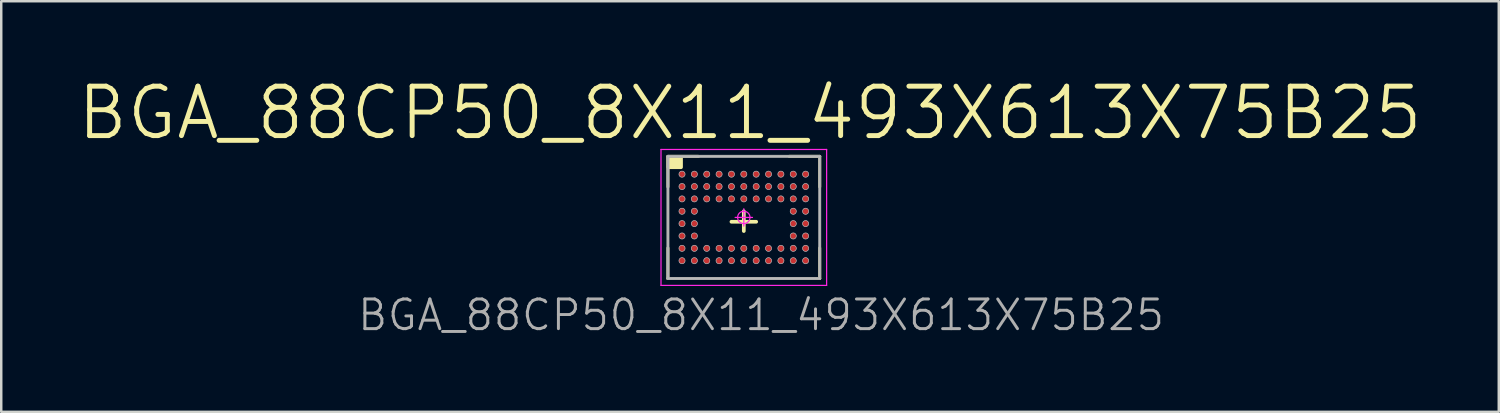
<source format=kicad_pcb>
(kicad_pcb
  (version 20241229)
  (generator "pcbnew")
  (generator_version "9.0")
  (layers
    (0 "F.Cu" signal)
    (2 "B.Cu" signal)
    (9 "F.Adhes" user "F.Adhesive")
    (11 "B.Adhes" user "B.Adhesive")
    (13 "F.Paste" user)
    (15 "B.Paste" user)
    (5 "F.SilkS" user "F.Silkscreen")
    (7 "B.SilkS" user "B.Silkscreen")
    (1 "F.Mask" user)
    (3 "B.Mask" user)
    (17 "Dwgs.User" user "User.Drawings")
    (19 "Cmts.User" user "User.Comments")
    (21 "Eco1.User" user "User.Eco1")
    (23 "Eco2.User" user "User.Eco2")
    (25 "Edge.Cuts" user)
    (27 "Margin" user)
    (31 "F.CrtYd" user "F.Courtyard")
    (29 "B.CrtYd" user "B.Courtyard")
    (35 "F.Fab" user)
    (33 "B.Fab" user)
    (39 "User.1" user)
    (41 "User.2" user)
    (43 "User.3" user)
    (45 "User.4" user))
  (footprint "BGA_88CP50_8X11_493X613X75B25"
    (layer "F.Cu")
    (at 27.04 5.746)
    (property "Reference" "BGA_88CP50_8X11_493X613X75B25" (at 0.7 3.95 0) (layer "F.Fab") (effects (font (size 1.2 1.2) (thickness 0.12))))
    (attr smd)
    (fp_line (start -3.07 -2.47) (end -1.835 -2.47) (stroke (width 0.12) (type solid)) (layer "F.SilkS"))
    (fp_line (start -3.07 -1.235) (end -3.07 -2.47) (stroke (width 0.12) (type solid)) (layer "F.SilkS"))
    (fp_line (start -3.07 1.235) (end -3.07 2.47) (stroke (width 0.12) (type solid)) (layer "F.SilkS"))
    (fp_line (start -3.07 2.47) (end -1.835 2.47) (stroke (width 0.12) (type solid)) (layer "F.SilkS"))
    (fp_line (start -0.5 0.175) (end 0.5 0.175) (stroke (width 0.15) (type solid)) (layer "F.SilkS"))
    (fp_line (start 0 -0.25) (end 0 0.55) (stroke (width 0.15) (type solid)) (layer "F.SilkS"))
    (fp_line (start 3.07 -2.47) (end 1.835 -2.47) (stroke (width 0.12) (type solid)) (layer "F.SilkS"))
    (fp_line (start 3.07 -1.235) (end 3.07 -2.47) (stroke (width 0.12) (type solid)) (layer "F.SilkS"))
    (fp_line (start 3.07 1.235) (end 3.07 2.47) (stroke (width 0.12) (type solid)) (layer "F.SilkS"))
    (fp_line (start 3.07 2.47) (end 1.835 2.47) (stroke (width 0.12) (type solid)) (layer "F.SilkS"))
    (fp_poly (pts (xy -3.048 -2.413) (xy -2.54 -2.413) (xy -2.54 -2.032) (xy -3.048 -2.032)) (stroke (width 0.15) (type solid)) (fill yes) (layer "F.SilkS"))
    (fp_line (start -3.065 -2.465) (end 3.065 -2.465) (stroke (width 0.025) (type solid)) (layer "Dwgs.User"))
    (fp_line (start -3.065 2.465) (end -3.065 -2.465) (stroke (width 0.025) (type solid)) (layer "Dwgs.User"))
    (fp_line (start 3.065 -2.465) (end 3.065 2.465) (stroke (width 0.025) (type solid)) (layer "Dwgs.User"))
    (fp_line (start 3.065 2.465) (end -3.065 2.465) (stroke (width 0.025) (type solid)) (layer "Dwgs.User"))
    (fp_circle (center -2.5 -1.75) (end -2.5 -1.625) (stroke (width 0.025) (type solid)) (fill no) (layer "Dwgs.User"))
    (fp_circle (center -2.5 -1.25) (end -2.5 -1.125) (stroke (width 0.025) (type solid)) (fill no) (layer "Dwgs.User"))
    (fp_circle (center -2.5 -0.75) (end -2.5 -0.625) (stroke (width 0.025) (type solid)) (fill no) (layer "Dwgs.User"))
    (fp_circle (center -2.5 -0.25) (end -2.5 -0.125) (stroke (width 0.025) (type solid)) (fill no) (layer "Dwgs.User"))
    (fp_circle (center -2.5 0.25) (end -2.5 0.375) (stroke (width 0.025) (type solid)) (fill no) (layer "Dwgs.User"))
    (fp_circle (center -2.5 0.75) (end -2.5 0.875) (stroke (width 0.025) (type solid)) (fill no) (layer "Dwgs.User"))
    (fp_circle (center -2.5 1.25) (end -2.5 1.375) (stroke (width 0.025) (type solid)) (fill no) (layer "Dwgs.User"))
    (fp_circle (center -2.5 1.75) (end -2.5 1.875) (stroke (width 0.025) (type solid)) (fill no) (layer "Dwgs.User"))
    (fp_circle (center -2 -1.75) (end -2 -1.625) (stroke (width 0.025) (type solid)) (fill no) (layer "Dwgs.User"))
    (fp_circle (center -2 -1.25) (end -2 -1.125) (stroke (width 0.025) (type solid)) (fill no) (layer "Dwgs.User"))
    (fp_circle (center -2 -0.75) (end -2 -0.625) (stroke (width 0.025) (type solid)) (fill no) (layer "Dwgs.User"))
    (fp_circle (center -2 -0.25) (end -2 -0.125) (stroke (width 0.025) (type solid)) (fill no) (layer "Dwgs.User"))
    (fp_circle (center -2 0.25) (end -2 0.375) (stroke (width 0.025) (type solid)) (fill no) (layer "Dwgs.User"))
    (fp_circle (center -2 0.75) (end -2 0.875) (stroke (width 0.025) (type solid)) (fill no) (layer "Dwgs.User"))
    (fp_circle (center -2 1.25) (end -2 1.375) (stroke (width 0.025) (type solid)) (fill no) (layer "Dwgs.User"))
    (fp_circle (center -2 1.75) (end -2 1.875) (stroke (width 0.025) (type solid)) (fill no) (layer "Dwgs.User"))
    (fp_circle (center -1.5 -1.75) (end -1.5 -1.625) (stroke (width 0.025) (type solid)) (fill no) (layer "Dwgs.User"))
    (fp_circle (center -1.5 -1.25) (end -1.5 -1.125) (stroke (width 0.025) (type solid)) (fill no) (layer "Dwgs.User"))
    (fp_circle (center -1.5 -0.75) (end -1.5 -0.625) (stroke (width 0.025) (type solid)) (fill no) (layer "Dwgs.User"))
    (fp_circle (center -1.5 1.25) (end -1.5 1.375) (stroke (width 0.025) (type solid)) (fill no) (layer "Dwgs.User"))
    (fp_circle (center -1.5 1.75) (end -1.5 1.875) (stroke (width 0.025) (type solid)) (fill no) (layer "Dwgs.User"))
    (fp_circle (center -1 -1.75) (end -1 -1.625) (stroke (width 0.025) (type solid)) (fill no) (layer "Dwgs.User"))
    (fp_circle (center -1 -1.25) (end -1 -1.125) (stroke (width 0.025) (type solid)) (fill no) (layer "Dwgs.User"))
    (fp_circle (center -1 -0.75) (end -1 -0.625) (stroke (width 0.025) (type solid)) (fill no) (layer "Dwgs.User"))
    (fp_circle (center -1 1.25) (end -1 1.375) (stroke (width 0.025) (type solid)) (fill no) (layer "Dwgs.User"))
    (fp_circle (center -1 1.75) (end -1 1.875) (stroke (width 0.025) (type solid)) (fill no) (layer "Dwgs.User"))
    (fp_circle (center -0.5 -1.75) (end -0.5 -1.625) (stroke (width 0.025) (type solid)) (fill no) (layer "Dwgs.User"))
    (fp_circle (center -0.5 -1.25) (end -0.5 -1.125) (stroke (width 0.025) (type solid)) (fill no) (layer "Dwgs.User"))
    (fp_circle (center -0.5 -0.75) (end -0.5 -0.625) (stroke (width 0.025) (type solid)) (fill no) (layer "Dwgs.User"))
    (fp_circle (center -0.5 1.25) (end -0.5 1.375) (stroke (width 0.025) (type solid)) (fill no) (layer "Dwgs.User"))
    (fp_circle (center -0.5 1.75) (end -0.5 1.875) (stroke (width 0.025) (type solid)) (fill no) (layer "Dwgs.User"))
    (fp_circle (center 0 -1.75) (end 0 -1.625) (stroke (width 0.025) (type solid)) (fill no) (layer "Dwgs.User"))
    (fp_circle (center 0 -1.25) (end 0 -1.125) (stroke (width 0.025) (type solid)) (fill no) (layer "Dwgs.User"))
    (fp_circle (center 0 -0.75) (end 0 -0.625) (stroke (width 0.025) (type solid)) (fill no) (layer "Dwgs.User"))
    (fp_circle (center 0 1.25) (end 0 1.375) (stroke (width 0.025) (type solid)) (fill no) (layer "Dwgs.User"))
    (fp_circle (center 0 1.75) (end 0 1.875) (stroke (width 0.025) (type solid)) (fill no) (layer "Dwgs.User"))
    (fp_circle (center 0.5 -1.75) (end 0.5 -1.625) (stroke (width 0.025) (type solid)) (fill no) (layer "Dwgs.User"))
    (fp_circle (center 0.5 -1.25) (end 0.5 -1.125) (stroke (width 0.025) (type solid)) (fill no) (layer "Dwgs.User"))
    (fp_circle (center 0.5 -0.75) (end 0.5 -0.625) (stroke (width 0.025) (type solid)) (fill no) (layer "Dwgs.User"))
    (fp_circle (center 0.5 1.25) (end 0.5 1.375) (stroke (width 0.025) (type solid)) (fill no) (layer "Dwgs.User"))
    (fp_circle (center 0.5 1.75) (end 0.5 1.875) (stroke (width 0.025) (type solid)) (fill no) (layer "Dwgs.User"))
    (fp_circle (center 1 -1.75) (end 1 -1.625) (stroke (width 0.025) (type solid)) (fill no) (layer "Dwgs.User"))
    (fp_circle (center 1 -1.25) (end 1 -1.125) (stroke (width 0.025) (type solid)) (fill no) (layer "Dwgs.User"))
    (fp_circle (center 1 -0.75) (end 1 -0.625) (stroke (width 0.025) (type solid)) (fill no) (layer "Dwgs.User"))
    (fp_circle (center 1 1.25) (end 1 1.375) (stroke (width 0.025) (type solid)) (fill no) (layer "Dwgs.User"))
    (fp_circle (center 1 1.75) (end 1 1.875) (stroke (width 0.025) (type solid)) (fill no) (layer "Dwgs.User"))
    (fp_circle (center 1.5 -1.75) (end 1.5 -1.625) (stroke (width 0.025) (type solid)) (fill no) (layer "Dwgs.User"))
    (fp_circle (center 1.5 -1.25) (end 1.5 -1.125) (stroke (width 0.025) (type solid)) (fill no) (layer "Dwgs.User"))
    (fp_circle (center 1.5 -0.75) (end 1.5 -0.625) (stroke (width 0.025) (type solid)) (fill no) (layer "Dwgs.User"))
    (fp_circle (center 1.5 1.25) (end 1.5 1.375) (stroke (width 0.025) (type solid)) (fill no) (layer "Dwgs.User"))
    (fp_circle (center 1.5 1.75) (end 1.5 1.875) (stroke (width 0.025) (type solid)) (fill no) (layer "Dwgs.User"))
    (fp_circle (center 2 -1.75) (end 2 -1.625) (stroke (width 0.025) (type solid)) (fill no) (layer "Dwgs.User"))
    (fp_circle (center 2 -1.25) (end 2 -1.125) (stroke (width 0.025) (type solid)) (fill no) (layer "Dwgs.User"))
    (fp_circle (center 2 -0.75) (end 2 -0.625) (stroke (width 0.025) (type solid)) (fill no) (layer "Dwgs.User"))
    (fp_circle (center 2 -0.25) (end 2 -0.125) (stroke (width 0.025) (type solid)) (fill no) (layer "Dwgs.User"))
    (fp_circle (center 2 0.25) (end 2 0.375) (stroke (width 0.025) (type solid)) (fill no) (layer "Dwgs.User"))
    (fp_circle (center 2 0.75) (end 2 0.875) (stroke (width 0.025) (type solid)) (fill no) (layer "Dwgs.User"))
    (fp_circle (center 2 1.25) (end 2 1.375) (stroke (width 0.025) (type solid)) (fill no) (layer "Dwgs.User"))
    (fp_circle (center 2 1.75) (end 2 1.875) (stroke (width 0.025) (type solid)) (fill no) (layer "Dwgs.User"))
    (fp_circle (center 2.5 -1.75) (end 2.5 -1.625) (stroke (width 0.025) (type solid)) (fill no) (layer "Dwgs.User"))
    (fp_circle (center 2.5 -1.25) (end 2.5 -1.125) (stroke (width 0.025) (type solid)) (fill no) (layer "Dwgs.User"))
    (fp_circle (center 2.5 -0.75) (end 2.5 -0.625) (stroke (width 0.025) (type solid)) (fill no) (layer "Dwgs.User"))
    (fp_circle (center 2.5 -0.25) (end 2.5 -0.125) (stroke (width 0.025) (type solid)) (fill no) (layer "Dwgs.User"))
    (fp_circle (center 2.5 0.25) (end 2.5 0.375) (stroke (width 0.025) (type solid)) (fill no) (layer "Dwgs.User"))
    (fp_circle (center 2.5 0.75) (end 2.5 0.875) (stroke (width 0.025) (type solid)) (fill no) (layer "Dwgs.User"))
    (fp_circle (center 2.5 1.25) (end 2.5 1.375) (stroke (width 0.025) (type solid)) (fill no) (layer "Dwgs.User"))
    (fp_circle (center 2.5 1.75) (end 2.5 1.875) (stroke (width 0.025) (type solid)) (fill no) (layer "Dwgs.User"))
    (fp_line (start -3.35 -2.75) (end 3.35 -2.75) (stroke (width 0.05) (type solid)) (layer "F.CrtYd"))
    (fp_line (start -3.35 2.75) (end -3.35 -2.75) (stroke (width 0.05) (type solid)) (layer "F.CrtYd"))
    (fp_line (start 0 -0.35) (end 0 0.35) (stroke (width 0.05) (type solid)) (layer "F.CrtYd"))
    (fp_line (start 0.35 0) (end -0.35 0) (stroke (width 0.05) (type solid)) (layer "F.CrtYd"))
    (fp_line (start 3.35 -2.75) (end 3.35 2.75) (stroke (width 0.05) (type solid)) (layer "F.CrtYd"))
    (fp_line (start 3.35 2.75) (end -3.35 2.75) (stroke (width 0.05) (type solid)) (layer "F.CrtYd"))
    (fp_circle (center 0 0) (end 0 0.25) (stroke (width 0.05) (type solid)) (fill no) (layer "F.CrtYd"))
    (fp_line (start -3.07 -2.47) (end 3.07 -2.47) (stroke (width 0.12) (type solid)) (layer "F.Fab"))
    (fp_line (start -3.07 2.47) (end -3.07 -2.47) (stroke (width 0.12) (type solid)) (layer "F.Fab"))
    (fp_line (start 3.07 -2.47) (end 3.07 2.47) (stroke (width 0.12) (type solid)) (layer "F.Fab"))
    (fp_line (start 3.07 2.47) (end -3.07 2.47) (stroke (width 0.12) (type solid)) (layer "F.Fab"))
    (fp_text user "${REFERENCE}" (at 0.25 -4.225 0) (layer "F.SilkS") (effects (font (size 2 2) (thickness 0.2))))
    (pad "A1" smd circle (at -2.5 -1.75) (size 0.25 0.25) (layers "F.Cu" "F.Mask" "F.Paste"))
    (pad "A2" smd circle (at -2.5 -1.25) (size 0.25 0.25) (layers "F.Cu" "F.Mask" "F.Paste"))
    (pad "A3" smd circle (at -2.5 -0.75) (size 0.25 0.25) (layers "F.Cu" "F.Mask" "F.Paste"))
    (pad "A4" smd circle (at -2.5 -0.25) (size 0.25 0.25) (layers "F.Cu" "F.Mask" "F.Paste"))
    (pad "A5" smd circle (at -2.5 0.25) (size 0.25 0.25) (layers "F.Cu" "F.Mask" "F.Paste"))
    (pad "A6" smd circle (at -2.5 0.75) (size 0.25 0.25) (layers "F.Cu" "F.Mask" "F.Paste"))
    (pad "A7" smd circle (at -2.5 1.25) (size 0.25 0.25) (layers "F.Cu" "F.Mask" "F.Paste"))
    (pad "A8" smd circle (at -2.5 1.75) (size 0.25 0.25) (layers "F.Cu" "F.Mask" "F.Paste"))
    (pad "B1" smd circle (at -2 -1.75) (size 0.25 0.25) (layers "F.Cu" "F.Mask" "F.Paste"))
    (pad "B2" smd circle (at -2 -1.25) (size 0.25 0.25) (layers "F.Cu" "F.Mask" "F.Paste"))
    (pad "B3" smd circle (at -2 -0.75) (size 0.25 0.25) (layers "F.Cu" "F.Mask" "F.Paste"))
    (pad "B4" smd circle (at -2 -0.25) (size 0.25 0.25) (layers "F.Cu" "F.Mask" "F.Paste"))
    (pad "B5" smd circle (at -2 0.25) (size 0.25 0.25) (layers "F.Cu" "F.Mask" "F.Paste"))
    (pad "B6" smd circle (at -2 0.75) (size 0.25 0.25) (layers "F.Cu" "F.Mask" "F.Paste"))
    (pad "B7" smd circle (at -2 1.25) (size 0.25 0.25) (layers "F.Cu" "F.Mask" "F.Paste"))
    (pad "B8" smd circle (at -2 1.75) (size 0.25 0.25) (layers "F.Cu" "F.Mask" "F.Paste"))
    (pad "C1" smd circle (at -1.5 -1.75) (size 0.25 0.25) (layers "F.Cu" "F.Mask" "F.Paste"))
    (pad "C2" smd circle (at -1.5 -1.25) (size 0.25 0.25) (layers "F.Cu" "F.Mask" "F.Paste"))
    (pad "C3" smd circle (at -1.5 -0.75) (size 0.25 0.25) (layers "F.Cu" "F.Mask" "F.Paste"))
    (pad "C7" smd circle (at -1.5 1.25) (size 0.25 0.25) (layers "F.Cu" "F.Mask" "F.Paste"))
    (pad "C8" smd circle (at -1.5 1.75) (size 0.25 0.25) (layers "F.Cu" "F.Mask" "F.Paste"))
    (pad "D1" smd circle (at -1 -1.75) (size 0.25 0.25) (layers "F.Cu" "F.Mask" "F.Paste"))
    (pad "D2" smd circle (at -1 -1.25) (size 0.25 0.25) (layers "F.Cu" "F.Mask" "F.Paste"))
    (pad "D3" smd circle (at -1 -0.75) (size 0.25 0.25) (layers "F.Cu" "F.Mask" "F.Paste"))
    (pad "D7" smd circle (at -1 1.25) (size 0.25 0.25) (layers "F.Cu" "F.Mask" "F.Paste"))
    (pad "D8" smd circle (at -1 1.75) (size 0.25 0.25) (layers "F.Cu" "F.Mask" "F.Paste"))
    (pad "E1" smd circle (at -0.5 -1.75) (size 0.25 0.25) (layers "F.Cu" "F.Mask" "F.Paste"))
    (pad "E2" smd circle (at -0.5 -1.25) (size 0.25 0.25) (layers "F.Cu" "F.Mask" "F.Paste"))
    (pad "E3" smd circle (at -0.5 -0.75) (size 0.25 0.25) (layers "F.Cu" "F.Mask" "F.Paste"))
    (pad "E7" smd circle (at -0.5 1.25) (size 0.25 0.25) (layers "F.Cu" "F.Mask" "F.Paste"))
    (pad "E8" smd circle (at -0.5 1.75) (size 0.25 0.25) (layers "F.Cu" "F.Mask" "F.Paste"))
    (pad "F1" smd circle (at 0 -1.75) (size 0.25 0.25) (layers "F.Cu" "F.Mask" "F.Paste"))
    (pad "F2" smd circle (at 0 -1.25) (size 0.25 0.25) (layers "F.Cu" "F.Mask" "F.Paste"))
    (pad "F3" smd circle (at 0 -0.75) (size 0.25 0.25) (layers "F.Cu" "F.Mask" "F.Paste"))
    (pad "F7" smd circle (at 0 1.25) (size 0.25 0.25) (layers "F.Cu" "F.Mask" "F.Paste"))
    (pad "F8" smd circle (at 0 1.75) (size 0.25 0.25) (layers "F.Cu" "F.Mask" "F.Paste"))
    (pad "G1" smd circle (at 0.5 -1.75) (size 0.25 0.25) (layers "F.Cu" "F.Mask" "F.Paste"))
    (pad "G2" smd circle (at 0.5 -1.25) (size 0.25 0.25) (layers "F.Cu" "F.Mask" "F.Paste"))
    (pad "G3" smd circle (at 0.5 -0.75) (size 0.25 0.25) (layers "F.Cu" "F.Mask" "F.Paste"))
    (pad "G7" smd circle (at 0.5 1.25) (size 0.25 0.25) (layers "F.Cu" "F.Mask" "F.Paste"))
    (pad "G8" smd circle (at 0.5 1.75) (size 0.25 0.25) (layers "F.Cu" "F.Mask" "F.Paste"))
    (pad "H1" smd circle (at 1 -1.75) (size 0.25 0.25) (layers "F.Cu" "F.Mask" "F.Paste"))
    (pad "H2" smd circle (at 1 -1.25) (size 0.25 0.25) (layers "F.Cu" "F.Mask" "F.Paste"))
    (pad "H3" smd circle (at 1 -0.75) (size 0.25 0.25) (layers "F.Cu" "F.Mask" "F.Paste"))
    (pad "H7" smd circle (at 1 1.25) (size 0.25 0.25) (layers "F.Cu" "F.Mask" "F.Paste"))
    (pad "H8" smd circle (at 1 1.75) (size 0.25 0.25) (layers "F.Cu" "F.Mask" "F.Paste"))
    (pad "J1" smd circle (at 1.5 -1.75) (size 0.25 0.25) (layers "F.Cu" "F.Mask" "F.Paste"))
    (pad "J2" smd circle (at 1.5 -1.25) (size 0.25 0.25) (layers "F.Cu" "F.Mask" "F.Paste"))
    (pad "J3" smd circle (at 1.5 -0.75) (size 0.25 0.25) (layers "F.Cu" "F.Mask" "F.Paste"))
    (pad "J7" smd circle (at 1.5 1.25) (size 0.25 0.25) (layers "F.Cu" "F.Mask" "F.Paste"))
    (pad "J8" smd circle (at 1.5 1.75) (size 0.25 0.25) (layers "F.Cu" "F.Mask" "F.Paste"))
    (pad "K1" smd circle (at 2 -1.75) (size 0.25 0.25) (layers "F.Cu" "F.Mask" "F.Paste"))
    (pad "K2" smd circle (at 2 -1.25) (size 0.25 0.25) (layers "F.Cu" "F.Mask" "F.Paste"))
    (pad "K3" smd circle (at 2 -0.75) (size 0.25 0.25) (layers "F.Cu" "F.Mask" "F.Paste"))
    (pad "K4" smd circle (at 2 -0.25) (size 0.25 0.25) (layers "F.Cu" "F.Mask" "F.Paste"))
    (pad "K5" smd circle (at 2 0.25) (size 0.25 0.25) (layers "F.Cu" "F.Mask" "F.Paste"))
    (pad "K6" smd circle (at 2 0.75) (size 0.25 0.25) (layers "F.Cu" "F.Mask" "F.Paste"))
    (pad "K7" smd circle (at 2 1.25) (size 0.25 0.25) (layers "F.Cu" "F.Mask" "F.Paste"))
    (pad "K8" smd circle (at 2 1.75) (size 0.25 0.25) (layers "F.Cu" "F.Mask" "F.Paste"))
    (pad "L1" smd circle (at 2.5 -1.75) (size 0.25 0.25) (layers "F.Cu" "F.Mask" "F.Paste"))
    (pad "L2" smd circle (at 2.5 -1.25) (size 0.25 0.25) (layers "F.Cu" "F.Mask" "F.Paste"))
    (pad "L3" smd circle (at 2.5 -0.75) (size 0.25 0.25) (layers "F.Cu" "F.Mask" "F.Paste"))
    (pad "L4" smd circle (at 2.5 -0.25) (size 0.25 0.25) (layers "F.Cu" "F.Mask" "F.Paste"))
    (pad "L5" smd circle (at 2.5 0.25) (size 0.25 0.25) (layers "F.Cu" "F.Mask" "F.Paste"))
    (pad "L6" smd circle (at 2.5 0.75) (size 0.25 0.25) (layers "F.Cu" "F.Mask" "F.Paste"))
    (pad "L7" smd circle (at 2.5 1.25) (size 0.25 0.25) (layers "F.Cu" "F.Mask" "F.Paste"))
    (pad "L8" smd circle (at 2.5 1.75) (size 0.25 0.25) (layers "F.Cu" "F.Mask" "F.Paste")))
  (gr_rect
    (start -3 -3)
    (end 57.581 13.609)
    (stroke (width 0.1) (type default))
    (fill no)
    (layer "Edge.Cuts")))
</source>
